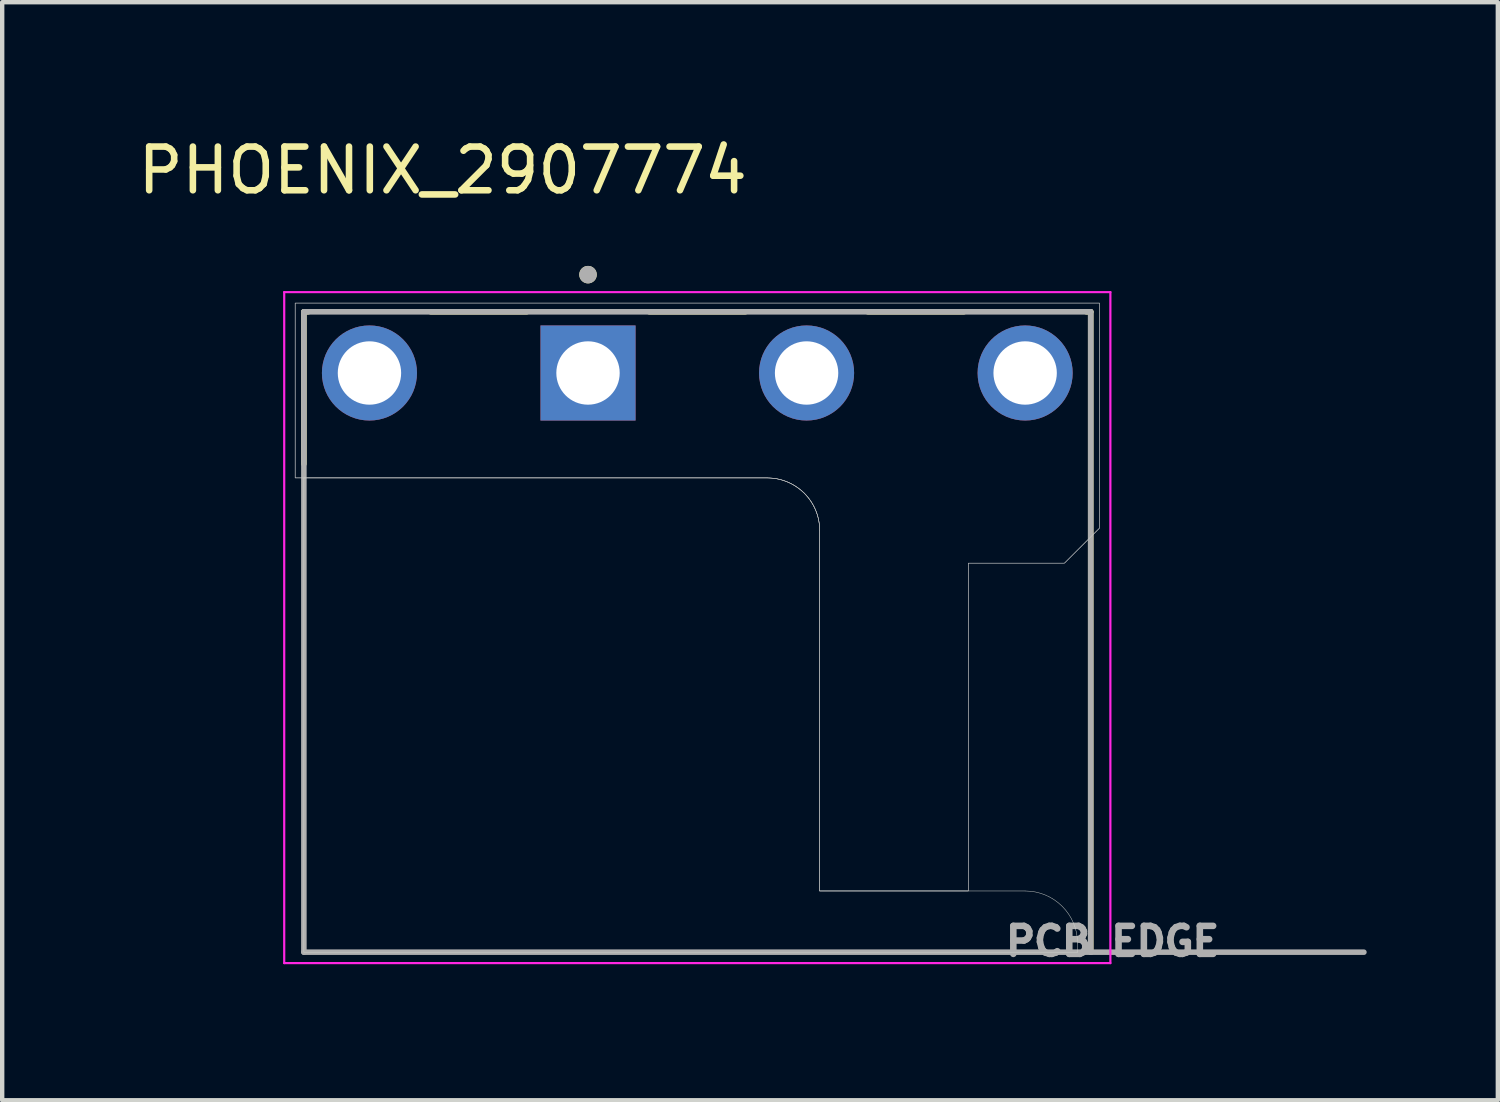
<source format=kicad_pcb>
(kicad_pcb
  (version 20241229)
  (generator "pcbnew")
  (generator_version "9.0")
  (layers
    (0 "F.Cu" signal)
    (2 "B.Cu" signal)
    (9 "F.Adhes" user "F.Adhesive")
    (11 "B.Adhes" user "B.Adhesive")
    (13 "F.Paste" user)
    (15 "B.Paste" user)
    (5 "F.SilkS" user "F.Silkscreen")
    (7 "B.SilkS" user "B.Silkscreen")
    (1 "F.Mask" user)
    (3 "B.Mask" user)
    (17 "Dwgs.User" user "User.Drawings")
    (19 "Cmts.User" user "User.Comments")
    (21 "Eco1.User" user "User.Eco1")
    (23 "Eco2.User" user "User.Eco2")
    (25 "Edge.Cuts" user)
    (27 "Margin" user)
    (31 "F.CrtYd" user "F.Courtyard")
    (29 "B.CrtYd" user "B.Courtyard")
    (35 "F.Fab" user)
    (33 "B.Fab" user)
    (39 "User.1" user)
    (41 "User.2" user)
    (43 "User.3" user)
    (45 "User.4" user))
  (footprint "PHOENIX_2907774"
    (layer "F.Cu")
    (at 3.902 18.733)
    (property "Reference" "PHOENIX_2907774" (at 3.175 -17.885 0) (layer "F.SilkS") (effects (font (size 1 1) (thickness 0.15))))
    (attr through_hole)
    (fp_line (start 0 -14.65) (end 0 -11.17) (stroke (width 0.127) (type solid)) (layer "F.SilkS"))
    (fp_line (start 0.099 -14.65) (end 0 -14.65) (stroke (width 0.127) (type solid)) (layer "F.SilkS"))
    (fp_line (start 5.099 -14.65) (end 2.901 -14.65) (stroke (width 0.127) (type solid)) (layer "F.SilkS"))
    (fp_line (start 10.099 -14.65) (end 7.901 -14.65) (stroke (width 0.127) (type solid)) (layer "F.SilkS"))
    (fp_line (start 15.099 -14.65) (end 12.901 -14.65) (stroke (width 0.127) (type solid)) (layer "F.SilkS"))
    (fp_line (start 18 -14.65) (end 17.901 -14.65) (stroke (width 0.127) (type solid)) (layer "F.SilkS"))
    (fp_line (start 18 0) (end 18 -14.65) (stroke (width 0.127) (type solid)) (layer "F.SilkS"))
    (fp_circle (center 6.5 -15.5) (end 6.6 -15.5) (stroke (width 0.2) (type solid)) (fill no) (layer "F.SilkS"))
    (fp_poly (pts (xy -0.2 -14.85) (xy -0.2 -10.85) (xy 10.6 -10.85) (xy 10.663 -10.848) (xy 10.725 -10.843) (xy 10.788 -10.835) (xy 10.849 -10.824) (xy 10.911 -10.809) (xy 10.971 -10.791) (xy 11.03 -10.77) (xy 11.088 -10.746) (xy 11.145 -10.719) (xy 11.2 -10.689) (xy 11.254 -10.656) (xy 11.305 -10.621) (xy 11.355 -10.583) (xy 11.403 -10.542) (xy 11.449 -10.499) (xy 11.492 -10.453) (xy 11.533 -10.405) (xy 11.571 -10.355) (xy 11.606 -10.304) (xy 11.639 -10.25) (xy 11.669 -10.195) (xy 11.696 -10.138) (xy 11.72 -10.08) (xy 11.741 -10.021) (xy 11.759 -9.961) (xy 11.774 -9.899) (xy 11.785 -9.838) (xy 11.793 -9.775) (xy 11.798 -9.713) (xy 11.8 -9.65) (xy 11.8 -1.4) (xy 15.2 -1.4) (xy 15.2 -8.9) (xy 17.4 -8.9) (xy 18.2 -9.7) (xy 18.2 -14.85) (xy -0.2 -14.85)) (stroke (width 0.01) (type solid)) (fill no) (layer "Dwgs.User"))
    (fp_poly (pts (xy -0.2 -14.85) (xy -0.2 -10.85) (xy 10.6 -10.85) (xy 10.663 -10.848) (xy 10.725 -10.843) (xy 10.788 -10.835) (xy 10.849 -10.824) (xy 10.911 -10.809) (xy 10.971 -10.791) (xy 11.03 -10.77) (xy 11.088 -10.746) (xy 11.145 -10.719) (xy 11.2 -10.689) (xy 11.254 -10.656) (xy 11.305 -10.621) (xy 11.355 -10.583) (xy 11.403 -10.542) (xy 11.449 -10.499) (xy 11.492 -10.453) (xy 11.533 -10.405) (xy 11.571 -10.355) (xy 11.606 -10.304) (xy 11.639 -10.25) (xy 11.669 -10.195) (xy 11.696 -10.138) (xy 11.72 -10.08) (xy 11.741 -10.021) (xy 11.759 -9.961) (xy 11.774 -9.899) (xy 11.785 -9.838) (xy 11.793 -9.775) (xy 11.798 -9.713) (xy 11.8 -9.65) (xy 11.8 -1.4) (xy 15.2 -1.4) (xy 15.2 -8.9) (xy 17.4 -8.9) (xy 18.2 -9.7) (xy 18.2 -14.85) (xy -0.2 -14.85)) (stroke (width 0.01) (type solid)) (fill no) (layer "Dwgs.User"))
    (fp_line (start 0 -10.85) (end 10.6 -10.85) (stroke (width 0.01) (type solid)) (layer "Edge.Cuts"))
    (fp_line (start 0 0) (end 0 -10.85) (stroke (width 0.01) (type solid)) (layer "Edge.Cuts"))
    (fp_line (start 11.8 -9.65) (end 11.8 -1.4) (stroke (width 0.01) (type solid)) (layer "Edge.Cuts"))
    (fp_line (start 11.8 -1.4) (end 16.5 -1.4) (stroke (width 0.01) (type solid)) (layer "Edge.Cuts"))
    (fp_line (start 17.7 -0.2) (end 17.7 0) (stroke (width 0.01) (type solid)) (layer "Edge.Cuts"))
    (fp_line (start 17.7 0) (end 0 0) (stroke (width 0.01) (type solid)) (layer "Edge.Cuts"))
    (fp_arc (start 10.6 -10.85) (mid 11.448528 -10.498528) (end 11.8 -9.65) (stroke (width 0.01) (type solid)) (layer "Edge.Cuts"))
    (fp_arc (start 16.5 -1.4) (mid 17.348528 -1.048528) (end 17.7 -0.2) (stroke (width 0.01) (type solid)) (layer "Edge.Cuts"))
    (fp_line (start -0.45 -15.1) (end 18.45 -15.1) (stroke (width 0.05) (type solid)) (layer "F.CrtYd"))
    (fp_line (start -0.45 0.25) (end -0.45 -15.1) (stroke (width 0.05) (type solid)) (layer "F.CrtYd"))
    (fp_line (start 18.45 -15.1) (end 18.45 0.25) (stroke (width 0.05) (type solid)) (layer "F.CrtYd"))
    (fp_line (start 18.45 0.25) (end -0.45 0.25) (stroke (width 0.05) (type solid)) (layer "F.CrtYd"))
    (fp_line (start 0 -14.65) (end 0 0) (stroke (width 0.127) (type solid)) (layer "F.Fab"))
    (fp_line (start 0 0) (end 18 0) (stroke (width 0.127) (type solid)) (layer "F.Fab"))
    (fp_line (start 18 -14.65) (end 0 -14.65) (stroke (width 0.127) (type solid)) (layer "F.Fab"))
    (fp_line (start 18 0) (end 18 -14.65) (stroke (width 0.127) (type solid)) (layer "F.Fab"))
    (fp_line (start 18 0) (end 24.25 0) (stroke (width 0.127) (type solid)) (layer "F.Fab"))
    (fp_circle (center 6.5 -15.5) (end 6.6 -15.5) (stroke (width 0.2) (type solid)) (fill no) (layer "F.Fab"))
    (fp_text user "PCB EDGE" (at 18.5 -0.25 0) (layer "F.Fab") (effects (font (size 0.64 0.64) (thickness 0.15))))
    (pad "1" thru_hole rect (at 6.5 -13.25) (size 2.175 2.175) (drill 1.45) (layers "*.Cu" "*.Mask"))
    (pad "2" thru_hole circle (at 11.5 -13.25) (size 2.175 2.175) (drill 1.45) (layers "*.Cu" "*.Mask"))
    (pad "3" thru_hole circle (at 1.5 -13.25) (size 2.175 2.175) (drill 1.45) (layers "*.Cu" "*.Mask"))
    (pad "4" thru_hole circle (at 16.5 -13.25) (size 2.175 2.175) (drill 1.45) (layers "*.Cu" "*.Mask")))
  (gr_rect
    (start -3 -3)
    (end 31.216 22.121)
    (stroke (width 0.1) (type default))
    (fill no)
    (layer "Edge.Cuts")))
</source>
